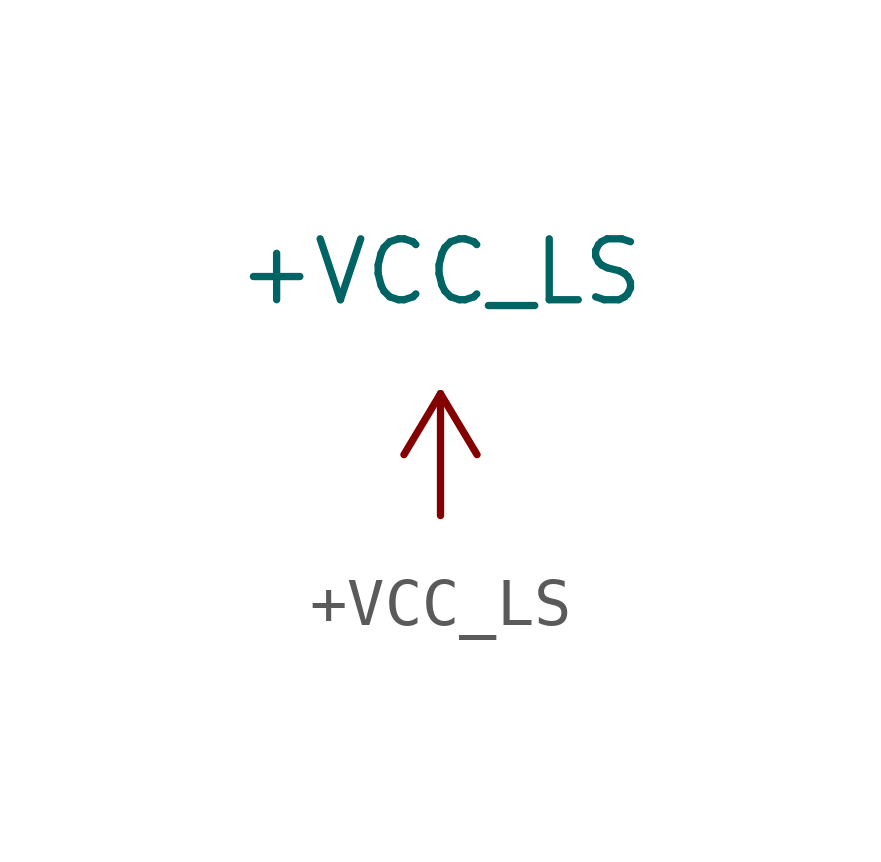
<source format=kicad_sym>
(kicad_symbol_lib
  (version 20211014)
  (generator kicad_symbol_editor)
  (symbol "+VCC_LS"
    (power)
    (pin_numbers hide)
    (pin_names
      (offset 0))
    (property "Reference" "#PWR"
      (at 1.27 0 90)
      (effects (font (size 1.27 1.27)) hide))
    (property "Value" "+VCC_LS"
      (at 0 5.08 0)
      (effects (font (size 1.27 1.27))))
    (symbol "+VCC_LS_1_1"
      (polyline (pts (xy -0.762 1.27) (xy 0 2.54)) (stroke (width 0) (type default) (color 0 0 0 0)) (fill (type none)))
      (polyline (pts (xy 0 0) (xy 0 2.54)) (stroke (width 0) (type default) (color 0 0 0 0)) (fill (type none)))
      (polyline (pts (xy 0 2.54) (xy 0.762 1.27)) (stroke (width 0) (type default) (color 0 0 0 0)) (fill (type none)))
      (pin power_in line (at 0 0 90) (length 0) hide (name "+VCC_LS" (effects (font (size 1.27 1.27)))) (number "1" (effects (font (size 1.27 1.27))))))))
</source>
